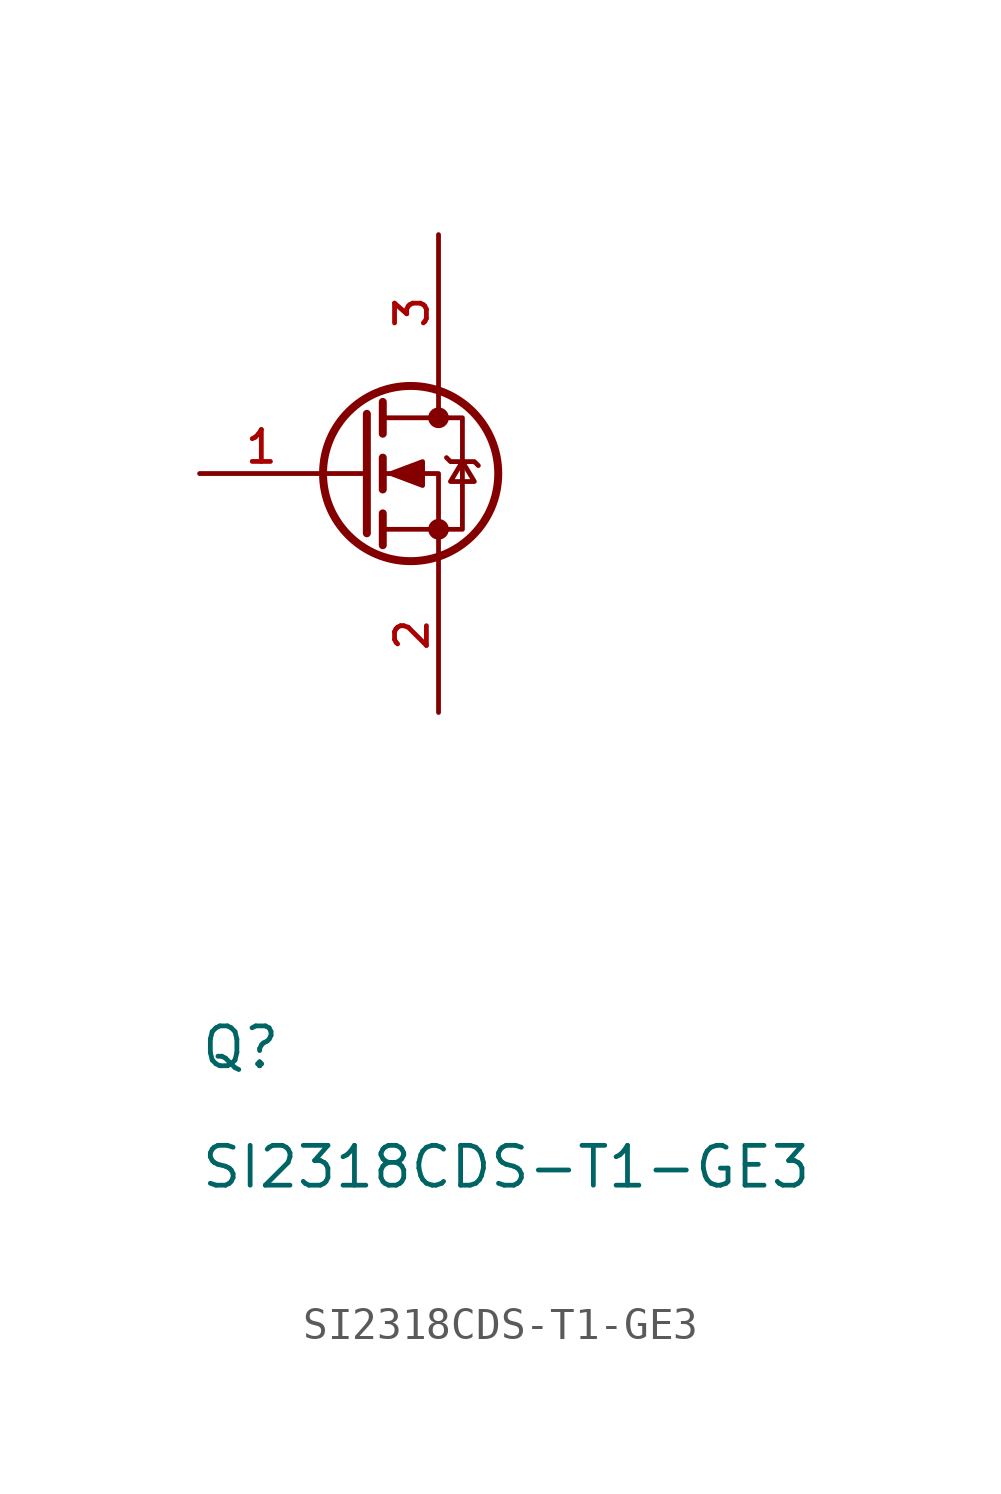
<source format=kicad_sym>
(kicad_symbol_lib
  (version 20241209)
  (generator "kicad_symbol_editor")
  (generator_version "9.0")
  (symbol "SI2318CDS-T1-GE3"
    (pin_names
      (hide yes))
    (property "Reference" "Q"
      (at 0 -19.05 0)
      (effects (font (size 1.27 1.27)) (justify left bottom)))
    (property "Value" "SI2318CDS-T1-GE3"
      (at 0 -22.86 0)
      (effects (font (size 1.27 1.27)) (justify left bottom)))
    (symbol "SI2318CDS-T1-GE3_0_1"
      (polyline (pts (xy 5.334 1.905) (xy 5.334 -1.905)) (stroke (width 0.254) (type default)) (fill (type none)))
      (polyline (pts (xy 5.334 0) (xy 3.937 0)) (stroke (width 0) (type default)) (fill (type none)))
      (polyline (pts (xy 5.842 2.286) (xy 5.842 1.27)) (stroke (width 0.254) (type default)) (fill (type none)))
      (polyline (pts (xy 5.842 0.508) (xy 5.842 -0.508)) (stroke (width 0.254) (type default)) (fill (type none)))
      (polyline (pts (xy 5.842 -1.27) (xy 5.842 -2.286)) (stroke (width 0.254) (type default)) (fill (type none)))
      (polyline (pts (xy 5.842 -1.778) (xy 8.382 -1.778) (xy 8.382 1.778) (xy 5.842 1.778)) (stroke (width 0) (type default)) (fill (type none)))
      (polyline (pts (xy 6.096 0) (xy 7.112 0.381) (xy 7.112 -0.381) (xy 6.096 0)) (stroke (width 0) (type default)) (fill (type outline)))
      (circle (center 6.731 0) (radius 2.794) (stroke (width 0.254) (type default)) (fill (type none)))
      (polyline (pts (xy 7.62 2.54) (xy 7.62 1.778)) (stroke (width 0) (type default)) (fill (type none)))
      (circle (center 7.62 1.778) (radius 0.254) (stroke (width 0) (type default)) (fill (type outline)))
      (circle (center 7.62 -1.778) (radius 0.254) (stroke (width 0) (type default)) (fill (type outline)))
      (polyline (pts (xy 7.62 -2.54) (xy 7.62 0) (xy 5.842 0)) (stroke (width 0) (type default)) (fill (type none)))
      (polyline (pts (xy 7.874 0.508) (xy 8.001 0.381) (xy 8.763 0.381) (xy 8.89 0.254)) (stroke (width 0) (type default)) (fill (type none)))
      (polyline (pts (xy 8.382 0.381) (xy 8.001 -0.254) (xy 8.763 -0.254) (xy 8.382 0.381)) (stroke (width 0) (type default)) (fill (type none))))
    (symbol "SI2318CDS-T1-GE3_1_1"
      (pin passive line (at 0 0 0) (length 3.937) (name "G" (effects (font (size 1.27 1.27)))) (number "1" (effects (font (size 1.016 1.016)))))
      (pin passive line (at 7.62 7.62 270) (length 4.953) (name "D" (effects (font (size 1.27 1.27)))) (number "3" (effects (font (size 1.016 1.016)))))
      (pin passive line (at 7.62 -7.62 90) (length 4.953) (name "S" (effects (font (size 1.27 1.27)))) (number "2" (effects (font (size 1.016 1.016))))))))
</source>
